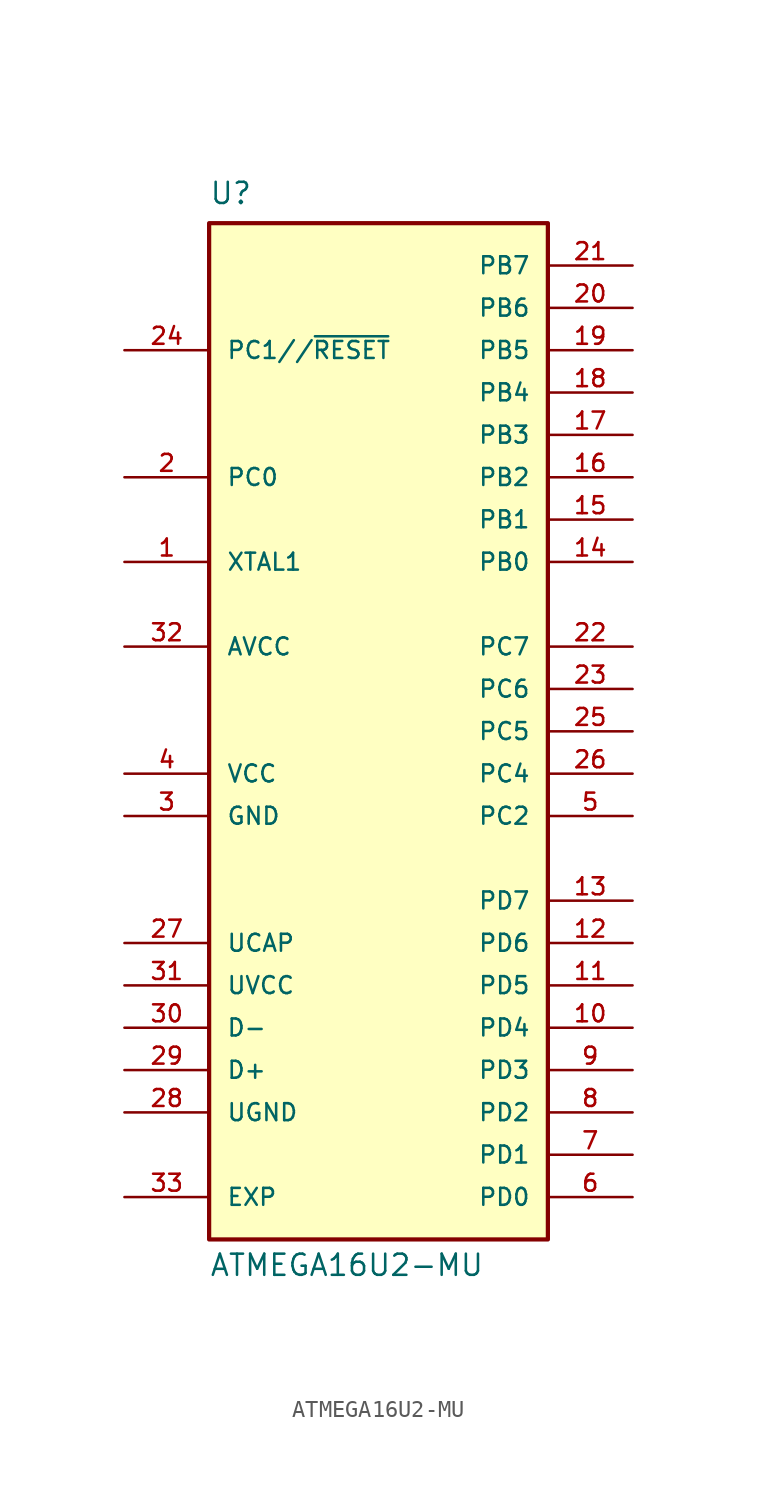
<source format=kicad_sym>
(kicad_symbol_lib
  (version 20231120)
  (generator "kicad_symbol_editor")
  (generator_version "8.0")
  (symbol "ATMEGA16U2-MU"
    (pin_names
      (offset 1.016))
    (property "Reference" "U"
      (at -10.17 34.069 0)
      (effects (font (size 1.27 1.27)) (justify left bottom)))
    (property "Value" "ATMEGA16U2-MU"
      (at -10.16 -30.226 0)
      (effects (font (size 1.27 1.27)) (justify left bottom)))
    (symbol "ATMEGA16U2-MU_0_0"
      (rectangle (start -10.16 33.02) (end 10.16 -27.94) (stroke (width 0.254) (type default)) (fill (type background)))
      (pin input line (at -15.24 12.7 0) (length 5.08) (name "XTAL1" (effects (font (size 1.016 1.016)))) (number "1" (effects (font (size 1.016 1.016)))))
      (pin bidirectional line (at 15.24 -15.24 180) (length 5.08) (name "PD4" (effects (font (size 1.016 1.016)))) (number "10" (effects (font (size 1.016 1.016)))))
      (pin bidirectional line (at 15.24 -12.7 180) (length 5.08) (name "PD5" (effects (font (size 1.016 1.016)))) (number "11" (effects (font (size 1.016 1.016)))))
      (pin bidirectional line (at 15.24 -10.16 180) (length 5.08) (name "PD6" (effects (font (size 1.016 1.016)))) (number "12" (effects (font (size 1.016 1.016)))))
      (pin bidirectional line (at 15.24 -7.62 180) (length 5.08) (name "PD7" (effects (font (size 1.016 1.016)))) (number "13" (effects (font (size 1.016 1.016)))))
      (pin bidirectional line (at 15.24 12.7 180) (length 5.08) (name "PB0" (effects (font (size 1.016 1.016)))) (number "14" (effects (font (size 1.016 1.016)))))
      (pin bidirectional line (at 15.24 15.24 180) (length 5.08) (name "PB1" (effects (font (size 1.016 1.016)))) (number "15" (effects (font (size 1.016 1.016)))))
      (pin bidirectional line (at 15.24 17.78 180) (length 5.08) (name "PB2" (effects (font (size 1.016 1.016)))) (number "16" (effects (font (size 1.016 1.016)))))
      (pin bidirectional line (at 15.24 20.32 180) (length 5.08) (name "PB3" (effects (font (size 1.016 1.016)))) (number "17" (effects (font (size 1.016 1.016)))))
      (pin bidirectional line (at 15.24 22.86 180) (length 5.08) (name "PB4" (effects (font (size 1.016 1.016)))) (number "18" (effects (font (size 1.016 1.016)))))
      (pin bidirectional line (at 15.24 25.4 180) (length 5.08) (name "PB5" (effects (font (size 1.016 1.016)))) (number "19" (effects (font (size 1.016 1.016)))))
      (pin bidirectional line (at -15.24 17.78 0) (length 5.08) (name "PC0" (effects (font (size 1.016 1.016)))) (number "2" (effects (font (size 1.016 1.016)))))
      (pin bidirectional line (at 15.24 27.94 180) (length 5.08) (name "PB6" (effects (font (size 1.016 1.016)))) (number "20" (effects (font (size 1.016 1.016)))))
      (pin bidirectional line (at 15.24 30.48 180) (length 5.08) (name "PB7" (effects (font (size 1.016 1.016)))) (number "21" (effects (font (size 1.016 1.016)))))
      (pin bidirectional line (at 15.24 7.62 180) (length 5.08) (name "PC7" (effects (font (size 1.016 1.016)))) (number "22" (effects (font (size 1.016 1.016)))))
      (pin bidirectional line (at 15.24 5.08 180) (length 5.08) (name "PC6" (effects (font (size 1.016 1.016)))) (number "23" (effects (font (size 1.016 1.016)))))
      (pin bidirectional line (at -15.24 25.4 0) (length 5.08) (name "PC1//~{RESET}" (effects (font (size 1.016 1.016)))) (number "24" (effects (font (size 1.016 1.016)))))
      (pin bidirectional line (at 15.24 2.54 180) (length 5.08) (name "PC5" (effects (font (size 1.016 1.016)))) (number "25" (effects (font (size 1.016 1.016)))))
      (pin bidirectional line (at 15.24 0 180) (length 5.08) (name "PC4" (effects (font (size 1.016 1.016)))) (number "26" (effects (font (size 1.016 1.016)))))
      (pin output line (at -15.24 -10.16 0) (length 5.08) (name "UCAP" (effects (font (size 1.016 1.016)))) (number "27" (effects (font (size 1.016 1.016)))))
      (pin power_in line (at -15.24 -20.32 0) (length 5.08) (name "UGND" (effects (font (size 1.016 1.016)))) (number "28" (effects (font (size 1.016 1.016)))))
      (pin bidirectional line (at -15.24 -17.78 0) (length 5.08) (name "D+" (effects (font (size 1.016 1.016)))) (number "29" (effects (font (size 1.016 1.016)))))
      (pin power_in line (at -15.24 -2.54 0) (length 5.08) (name "GND" (effects (font (size 1.016 1.016)))) (number "3" (effects (font (size 1.016 1.016)))))
      (pin bidirectional line (at -15.24 -15.24 0) (length 5.08) (name "D-" (effects (font (size 1.016 1.016)))) (number "30" (effects (font (size 1.016 1.016)))))
      (pin power_in line (at -15.24 -12.7 0) (length 5.08) (name "UVCC" (effects (font (size 1.016 1.016)))) (number "31" (effects (font (size 1.016 1.016)))))
      (pin power_in line (at -15.24 7.62 0) (length 5.08) (name "AVCC" (effects (font (size 1.016 1.016)))) (number "32" (effects (font (size 1.016 1.016)))))
      (pin power_in line (at -15.24 -25.4 0) (length 5.08) (name "EXP" (effects (font (size 1.016 1.016)))) (number "33" (effects (font (size 1.016 1.016)))))
      (pin power_in line (at -15.24 0 0) (length 5.08) (name "VCC" (effects (font (size 1.016 1.016)))) (number "4" (effects (font (size 1.016 1.016)))))
      (pin bidirectional line (at 15.24 -2.54 180) (length 5.08) (name "PC2" (effects (font (size 1.016 1.016)))) (number "5" (effects (font (size 1.016 1.016)))))
      (pin bidirectional line (at 15.24 -25.4 180) (length 5.08) (name "PD0" (effects (font (size 1.016 1.016)))) (number "6" (effects (font (size 1.016 1.016)))))
      (pin bidirectional line (at 15.24 -22.86 180) (length 5.08) (name "PD1" (effects (font (size 1.016 1.016)))) (number "7" (effects (font (size 1.016 1.016)))))
      (pin bidirectional line (at 15.24 -20.32 180) (length 5.08) (name "PD2" (effects (font (size 1.016 1.016)))) (number "8" (effects (font (size 1.016 1.016)))))
      (pin bidirectional line (at 15.24 -17.78 180) (length 5.08) (name "PD3" (effects (font (size 1.016 1.016)))) (number "9" (effects (font (size 1.016 1.016))))))))
</source>
